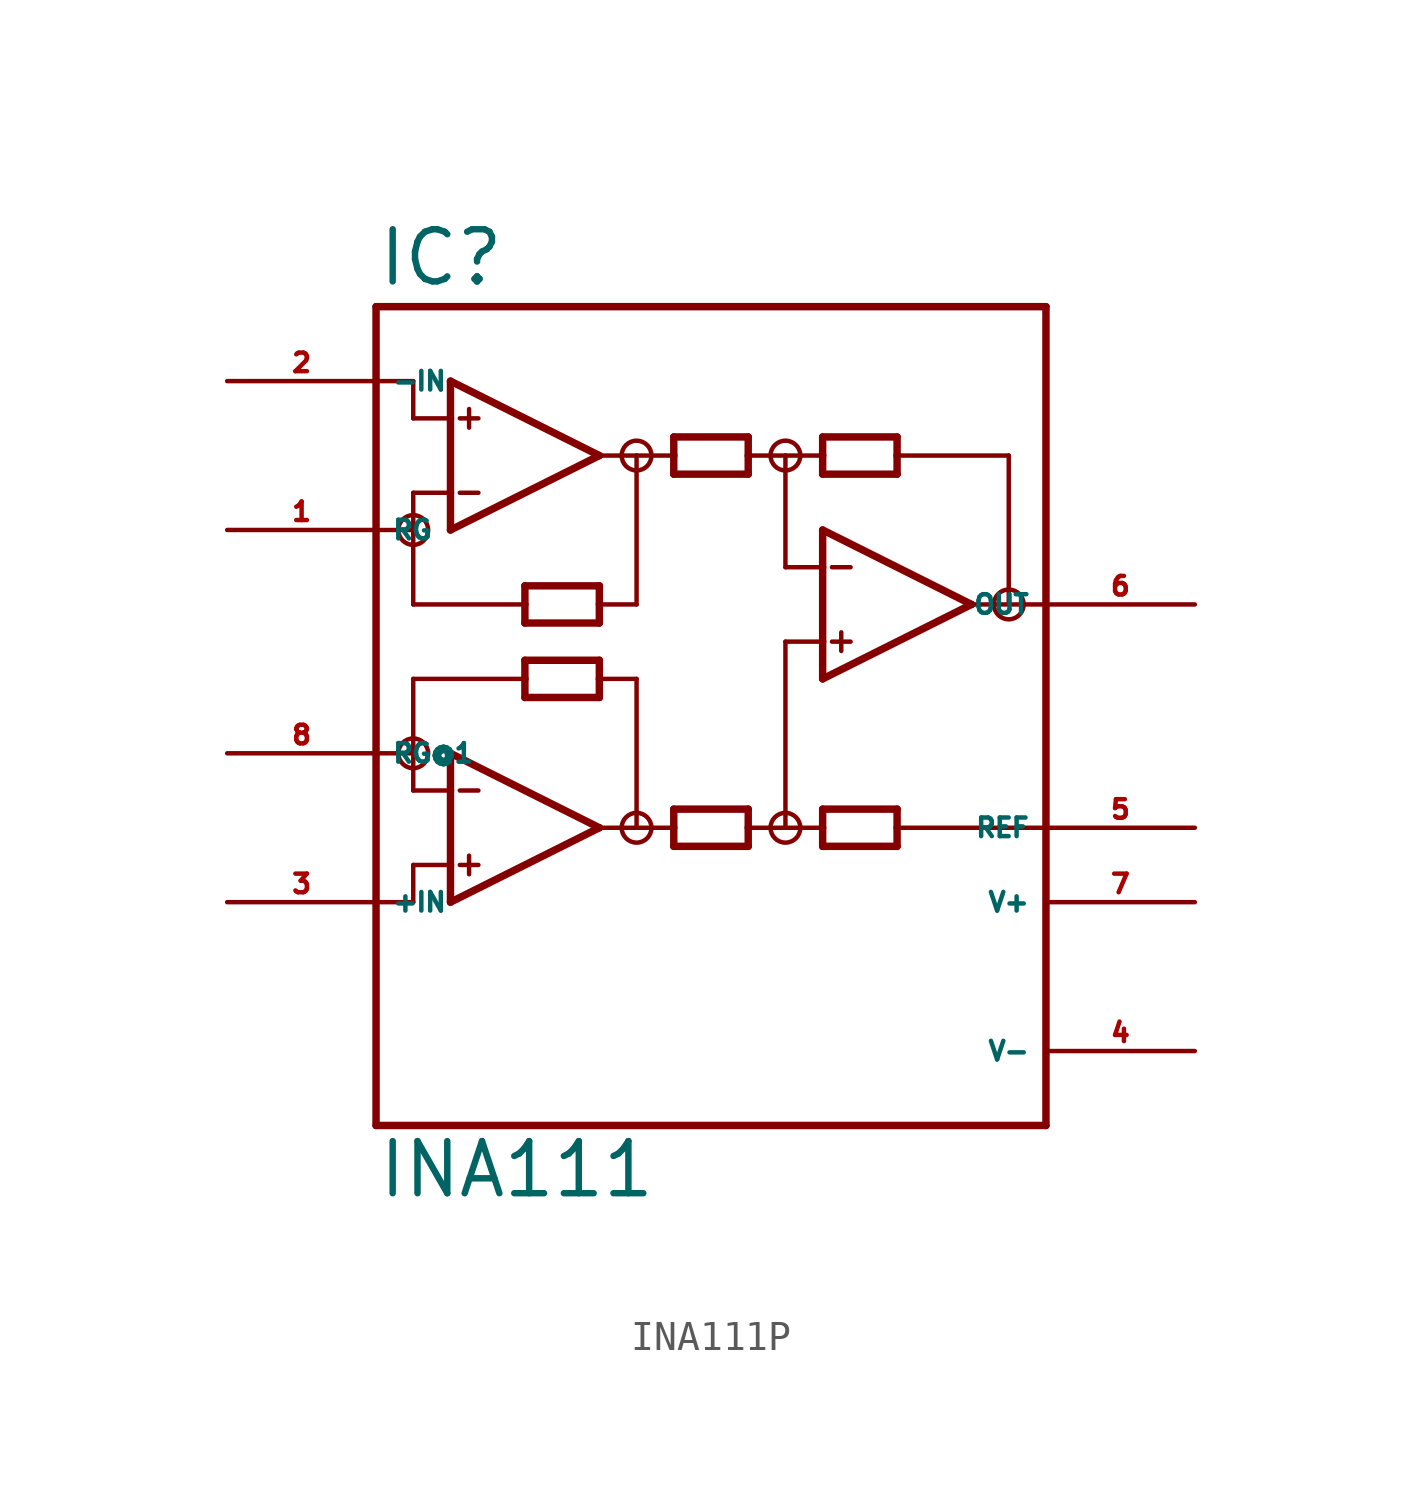
<source format=kicad_sym>
(kicad_symbol_lib
  (version 20220914)
  (generator Eagle2Kicad)
  (symbol "INA111P"
    (property "Reference" "IC"
      (at -12.7 15.875 0)
      (effects (font (size 1.778 1.778) (thickness 0.22)) (justify left bottom)))
    (property "Value" "INA111"
      (at -12.7 -15.24 0)
      (effects (font (size 1.778 1.778) (thickness 0.22)) (justify left bottom)))
    (polyline
      (pts (xy -10.16 7.62) (xy -10.16 8.89))
      (stroke (width 0.254) (type default))
      (fill (type none)))
    (polyline
      (pts (xy -10.16 8.89) (xy -10.16 11.43))
      (stroke (width 0.254) (type default))
      (fill (type none)))
    (polyline
      (pts (xy -10.16 11.43) (xy -10.16 12.7))
      (stroke (width 0.254) (type default))
      (fill (type none)))
    (polyline
      (pts (xy -10.16 12.7) (xy -5.08 10.16))
      (stroke (width 0.254) (type default))
      (fill (type none)))
    (polyline
      (pts (xy -5.08 10.16) (xy -10.16 7.62))
      (stroke (width 0.254) (type default))
      (fill (type none)))
    (polyline
      (pts (xy -5.08 4.445) (xy -5.08 5.08))
      (stroke (width 0.254) (type default))
      (fill (type none)))
    (polyline
      (pts (xy -5.08 5.08) (xy -5.08 5.715))
      (stroke (width 0.254) (type default))
      (fill (type none)))
    (polyline
      (pts (xy -5.08 5.715) (xy -7.62 5.715))
      (stroke (width 0.254) (type default))
      (fill (type none)))
    (polyline
      (pts (xy -7.62 5.715) (xy -7.62 5.08))
      (stroke (width 0.254) (type default))
      (fill (type none)))
    (polyline
      (pts (xy -7.62 5.08) (xy -7.62 4.445))
      (stroke (width 0.254) (type default))
      (fill (type none)))
    (polyline
      (pts (xy -7.62 4.445) (xy -5.08 4.445))
      (stroke (width 0.254) (type default))
      (fill (type none)))
    (polyline
      (pts (xy -2.54 9.525) (xy -2.54 10.16))
      (stroke (width 0.254) (type default))
      (fill (type none)))
    (polyline
      (pts (xy -2.54 10.16) (xy -2.54 10.795))
      (stroke (width 0.254) (type default))
      (fill (type none)))
    (polyline
      (pts (xy -2.54 10.795) (xy 0 10.795))
      (stroke (width 0.254) (type default))
      (fill (type none)))
    (polyline
      (pts (xy 0 10.795) (xy 0 10.16))
      (stroke (width 0.254) (type default))
      (fill (type none)))
    (polyline
      (pts (xy 0 10.16) (xy 0 9.525))
      (stroke (width 0.254) (type default))
      (fill (type none)))
    (polyline
      (pts (xy 0 9.525) (xy -2.54 9.525))
      (stroke (width 0.254) (type default))
      (fill (type none)))
    (polyline
      (pts (xy -10.16 11.43) (xy -11.43 11.43))
      (stroke (width 0.152) (type default))
      (fill (type none)))
    (polyline
      (pts (xy 5.08 10.795) (xy 5.08 10.16))
      (stroke (width 0.254) (type default))
      (fill (type none)))
    (polyline
      (pts (xy 5.08 10.16) (xy 5.08 9.525))
      (stroke (width 0.254) (type default))
      (fill (type none)))
    (polyline
      (pts (xy 5.08 9.525) (xy 2.54 9.525))
      (stroke (width 0.254) (type default))
      (fill (type none)))
    (polyline
      (pts (xy 2.54 9.525) (xy 2.54 10.16))
      (stroke (width 0.254) (type default))
      (fill (type none)))
    (polyline
      (pts (xy 2.54 10.16) (xy 2.54 10.795))
      (stroke (width 0.254) (type default))
      (fill (type none)))
    (polyline
      (pts (xy 2.54 10.795) (xy 5.08 10.795))
      (stroke (width 0.254) (type default))
      (fill (type none)))
    (polyline
      (pts (xy 2.54 -1.905) (xy 2.54 -2.54))
      (stroke (width 0.254) (type default))
      (fill (type none)))
    (polyline
      (pts (xy 2.54 -2.54) (xy 2.54 -3.175))
      (stroke (width 0.254) (type default))
      (fill (type none)))
    (polyline
      (pts (xy 2.54 -3.175) (xy 5.08 -3.175))
      (stroke (width 0.254) (type default))
      (fill (type none)))
    (polyline
      (pts (xy 5.08 -3.175) (xy 5.08 -2.54))
      (stroke (width 0.254) (type default))
      (fill (type none)))
    (polyline
      (pts (xy 5.08 -2.54) (xy 5.08 -1.905))
      (stroke (width 0.254) (type default))
      (fill (type none)))
    (polyline
      (pts (xy 5.08 -1.905) (xy 2.54 -1.905))
      (stroke (width 0.254) (type default))
      (fill (type none)))
    (polyline
      (pts (xy -10.16 8.89) (xy -11.43 8.89))
      (stroke (width 0.152) (type default))
      (fill (type none)))
    (polyline
      (pts (xy -9.842 11.43) (xy -9.207 11.43))
      (stroke (width 0.152) (type default))
      (fill (type none)))
    (polyline
      (pts (xy -9.842 8.89) (xy -9.207 8.89))
      (stroke (width 0.152) (type default))
      (fill (type none)))
    (polyline
      (pts (xy -9.525 11.748) (xy -9.525 11.113))
      (stroke (width 0.152) (type default))
      (fill (type none)))
    (polyline
      (pts (xy -12.7 -12.7) (xy 10.16 -12.7))
      (stroke (width 0.254) (type default))
      (fill (type none)))
    (polyline
      (pts (xy 10.16 -12.7) (xy 10.16 -2.54))
      (stroke (width 0.254) (type default))
      (fill (type none)))
    (polyline
      (pts (xy 10.16 -2.54) (xy 10.16 5.08))
      (stroke (width 0.254) (type default))
      (fill (type none)))
    (polyline
      (pts (xy 10.16 5.08) (xy 10.16 15.24))
      (stroke (width 0.254) (type default))
      (fill (type none)))
    (polyline
      (pts (xy 10.16 15.24) (xy -12.7 15.24))
      (stroke (width 0.254) (type default))
      (fill (type none)))
    (polyline
      (pts (xy -12.7 15.24) (xy -12.7 12.7))
      (stroke (width 0.254) (type default))
      (fill (type none)))
    (polyline
      (pts (xy -12.7 12.7) (xy -12.7 7.62))
      (stroke (width 0.254) (type default))
      (fill (type none)))
    (polyline
      (pts (xy -12.7 7.62) (xy -12.7 0))
      (stroke (width 0.254) (type default))
      (fill (type none)))
    (polyline
      (pts (xy -12.7 0) (xy -12.7 -5.08))
      (stroke (width 0.254) (type default))
      (fill (type none)))
    (polyline
      (pts (xy -12.7 -5.08) (xy -12.7 -12.7))
      (stroke (width 0.254) (type default))
      (fill (type none)))
    (polyline
      (pts (xy -10.16 -5.08) (xy -10.16 -3.81))
      (stroke (width 0.254) (type default))
      (fill (type none)))
    (polyline
      (pts (xy -10.16 -3.81) (xy -10.16 -1.27))
      (stroke (width 0.254) (type default))
      (fill (type none)))
    (polyline
      (pts (xy -10.16 -1.27) (xy -10.16 0))
      (stroke (width 0.254) (type default))
      (fill (type none)))
    (polyline
      (pts (xy -10.16 0) (xy -5.08 -2.54))
      (stroke (width 0.254) (type default))
      (fill (type none)))
    (polyline
      (pts (xy -5.08 -2.54) (xy -10.16 -5.08))
      (stroke (width 0.254) (type default))
      (fill (type none)))
    (polyline
      (pts (xy 0 -3.175) (xy 0 -2.54))
      (stroke (width 0.254) (type default))
      (fill (type none)))
    (polyline
      (pts (xy 0 -2.54) (xy 0 -1.905))
      (stroke (width 0.254) (type default))
      (fill (type none)))
    (polyline
      (pts (xy 0 -1.905) (xy -2.54 -1.905))
      (stroke (width 0.254) (type default))
      (fill (type none)))
    (polyline
      (pts (xy -2.54 -1.905) (xy -2.54 -2.54))
      (stroke (width 0.254) (type default))
      (fill (type none)))
    (polyline
      (pts (xy -2.54 -2.54) (xy -2.54 -3.175))
      (stroke (width 0.254) (type default))
      (fill (type none)))
    (polyline
      (pts (xy -2.54 -3.175) (xy 0 -3.175))
      (stroke (width 0.254) (type default))
      (fill (type none)))
    (polyline
      (pts (xy -7.62 1.905) (xy -7.62 2.54))
      (stroke (width 0.254) (type default))
      (fill (type none)))
    (polyline
      (pts (xy -7.62 2.54) (xy -7.62 3.175))
      (stroke (width 0.254) (type default))
      (fill (type none)))
    (polyline
      (pts (xy -7.62 3.175) (xy -5.08 3.175))
      (stroke (width 0.254) (type default))
      (fill (type none)))
    (polyline
      (pts (xy -5.08 3.175) (xy -5.08 2.54))
      (stroke (width 0.254) (type default))
      (fill (type none)))
    (polyline
      (pts (xy -5.08 2.54) (xy -5.08 1.905))
      (stroke (width 0.254) (type default))
      (fill (type none)))
    (polyline
      (pts (xy -5.08 1.905) (xy -7.62 1.905))
      (stroke (width 0.254) (type default))
      (fill (type none)))
    (polyline
      (pts (xy -10.16 -1.27) (xy -11.43 -1.27))
      (stroke (width 0.152) (type default))
      (fill (type none)))
    (polyline
      (pts (xy -10.16 -3.81) (xy -11.43 -3.81))
      (stroke (width 0.152) (type default))
      (fill (type none)))
    (polyline
      (pts (xy -9.842 -1.27) (xy -9.207 -1.27))
      (stroke (width 0.152) (type default))
      (fill (type none)))
    (polyline
      (pts (xy -9.842 -3.81) (xy -9.207 -3.81))
      (stroke (width 0.152) (type default))
      (fill (type none)))
    (polyline
      (pts (xy -9.525 -3.493) (xy -9.525 -4.128))
      (stroke (width 0.152) (type default))
      (fill (type none)))
    (polyline
      (pts (xy -11.43 11.43) (xy -11.43 12.7))
      (stroke (width 0.152) (type default))
      (fill (type none)))
    (polyline
      (pts (xy -11.43 12.7) (xy -12.7 12.7))
      (stroke (width 0.152) (type default))
      (fill (type none)))
    (polyline
      (pts (xy -11.43 8.89) (xy -11.43 7.62))
      (stroke (width 0.152) (type default))
      (fill (type none)))
    (polyline
      (pts (xy -11.43 7.62) (xy -12.7 7.62))
      (stroke (width 0.152) (type default))
      (fill (type none)))
    (polyline
      (pts (xy 2.54 2.54) (xy 2.54 3.81))
      (stroke (width 0.254) (type default))
      (fill (type none)))
    (polyline
      (pts (xy 2.54 3.81) (xy 2.54 6.35))
      (stroke (width 0.254) (type default))
      (fill (type none)))
    (polyline
      (pts (xy 2.54 6.35) (xy 2.54 7.62))
      (stroke (width 0.254) (type default))
      (fill (type none)))
    (polyline
      (pts (xy 2.54 7.62) (xy 7.62 5.08))
      (stroke (width 0.254) (type default))
      (fill (type none)))
    (polyline
      (pts (xy 7.62 5.08) (xy 2.54 2.54))
      (stroke (width 0.254) (type default))
      (fill (type none)))
    (polyline
      (pts (xy 2.54 3.81) (xy 1.27 3.81))
      (stroke (width 0.152) (type default))
      (fill (type none)))
    (polyline
      (pts (xy 2.857 6.35) (xy 3.493 6.35))
      (stroke (width 0.152) (type default))
      (fill (type none)))
    (polyline
      (pts (xy 2.857 3.81) (xy 3.493 3.81))
      (stroke (width 0.152) (type default))
      (fill (type none)))
    (polyline
      (pts (xy 3.175 4.128) (xy 3.175 3.493))
      (stroke (width 0.152) (type default))
      (fill (type none)))
    (polyline
      (pts (xy -5.08 10.16) (xy -3.81 10.16))
      (stroke (width 0.152) (type default))
      (fill (type none)))
    (polyline
      (pts (xy -3.81 10.16) (xy -2.54 10.16))
      (stroke (width 0.152) (type default))
      (fill (type none)))
    (polyline
      (pts (xy 0 10.16) (xy 1.27 10.16))
      (stroke (width 0.152) (type default))
      (fill (type none)))
    (polyline
      (pts (xy 1.27 10.16) (xy 2.54 10.16))
      (stroke (width 0.152) (type default))
      (fill (type none)))
    (polyline
      (pts (xy 7.62 5.08) (xy 8.89 5.08))
      (stroke (width 0.152) (type default))
      (fill (type none)))
    (polyline
      (pts (xy 8.89 5.08) (xy 8.89 10.16))
      (stroke (width 0.152) (type default))
      (fill (type none)))
    (polyline
      (pts (xy 8.89 10.16) (xy 5.08 10.16))
      (stroke (width 0.152) (type default))
      (fill (type none)))
    (polyline
      (pts (xy 8.89 5.08) (xy 10.16 5.08))
      (stroke (width 0.152) (type default))
      (fill (type none)))
    (polyline
      (pts (xy -11.43 7.62) (xy -11.43 5.08))
      (stroke (width 0.152) (type default))
      (fill (type none)))
    (polyline
      (pts (xy -11.43 5.08) (xy -7.62 5.08))
      (stroke (width 0.152) (type default))
      (fill (type none)))
    (polyline
      (pts (xy -3.81 10.16) (xy -3.81 5.08))
      (stroke (width 0.152) (type default))
      (fill (type none)))
    (polyline
      (pts (xy -3.81 5.08) (xy -5.08 5.08))
      (stroke (width 0.152) (type default))
      (fill (type none)))
    (polyline
      (pts (xy 1.27 10.16) (xy 1.27 6.35))
      (stroke (width 0.152) (type default))
      (fill (type none)))
    (polyline
      (pts (xy 1.27 6.35) (xy 2.54 6.35))
      (stroke (width 0.152) (type default))
      (fill (type none)))
    (polyline
      (pts (xy -7.62 2.54) (xy -11.43 2.54))
      (stroke (width 0.152) (type default))
      (fill (type none)))
    (polyline
      (pts (xy -11.43 2.54) (xy -11.43 0))
      (stroke (width 0.152) (type default))
      (fill (type none)))
    (polyline
      (pts (xy -11.43 0) (xy -11.43 -1.27))
      (stroke (width 0.152) (type default))
      (fill (type none)))
    (polyline
      (pts (xy -5.08 2.54) (xy -3.81 2.54))
      (stroke (width 0.152) (type default))
      (fill (type none)))
    (polyline
      (pts (xy -3.81 2.54) (xy -3.81 -2.54))
      (stroke (width 0.152) (type default))
      (fill (type none)))
    (polyline
      (pts (xy -3.81 -2.54) (xy -5.08 -2.54))
      (stroke (width 0.152) (type default))
      (fill (type none)))
    (polyline
      (pts (xy -3.81 -2.54) (xy -2.54 -2.54))
      (stroke (width 0.152) (type default))
      (fill (type none)))
    (polyline
      (pts (xy 0 -2.54) (xy 1.27 -2.54))
      (stroke (width 0.152) (type default))
      (fill (type none)))
    (polyline
      (pts (xy 1.27 -2.54) (xy 2.54 -2.54))
      (stroke (width 0.152) (type default))
      (fill (type none)))
    (polyline
      (pts (xy -11.43 -3.81) (xy -11.43 -5.08))
      (stroke (width 0.152) (type default))
      (fill (type none)))
    (polyline
      (pts (xy -11.43 -5.08) (xy -12.7 -5.08))
      (stroke (width 0.152) (type default))
      (fill (type none)))
    (polyline
      (pts (xy -12.7 0) (xy -11.43 0))
      (stroke (width 0.152) (type default))
      (fill (type none)))
    (polyline
      (pts (xy 1.27 3.81) (xy 1.27 -2.54))
      (stroke (width 0.152) (type default))
      (fill (type none)))
    (polyline
      (pts (xy 5.08 -2.54) (xy 10.16 -2.54))
      (stroke (width 0.152) (type default))
      (fill (type none)))
    (circle
      (center -11.43 7.62)
      (radius 0.508)
      (stroke (width 0) (type default))
      (fill (type none)))
    (circle
      (center -11.43 0)
      (radius 0.508)
      (stroke (width 0) (type default))
      (fill (type none)))
    (circle
      (center -3.81 -2.54)
      (radius 0.508)
      (stroke (width 0) (type default))
      (fill (type none)))
    (circle
      (center 1.27 -2.54)
      (radius 0.508)
      (stroke (width 0) (type default))
      (fill (type none)))
    (circle
      (center -3.81 10.16)
      (radius 0.508)
      (stroke (width 0) (type default))
      (fill (type none)))
    (circle
      (center 1.27 10.16)
      (radius 0.508)
      (stroke (width 0) (type default))
      (fill (type none)))
    (circle
      (center 8.89 5.08)
      (radius 0.508)
      (stroke (width 0) (type default))
      (fill (type none)))
    (pin input line
      (at -17.78 12.7 0)
      (length 5.08)
      (name "-IN" (effects (font (size 0.635 0.635) (thickness 0.08)) (justify left bottom)))
      (number "2" (effects (font (size 0.635 0.635) (thickness 0.08)) (justify left bottom))))
    (pin passive line
      (at -17.78 7.62 0)
      (length 5.08)
      (name "RG" (effects (font (size 0.635 0.635) (thickness 0.08)) (justify left bottom)))
      (number "1" (effects (font (size 0.635 0.635) (thickness 0.08)) (justify left bottom))))
    (pin output line
      (at 15.24 5.08 180)
      (length 5.08)
      (name "OUT" (effects (font (size 0.635 0.635) (thickness 0.08)) (justify left bottom)))
      (number "6" (effects (font (size 0.635 0.635) (thickness 0.08)) (justify left bottom))))
    (pin unspecified line
      (at 15.24 -5.08 180)
      (length 5.08)
      (name "V+" (effects (font (size 0.635 0.635) (thickness 0.08)) (justify left bottom)))
      (number "7" (effects (font (size 0.635 0.635) (thickness 0.08)) (justify left bottom))))
    (pin unspecified line
      (at 15.24 -10.16 180)
      (length 5.08)
      (name "V-" (effects (font (size 0.635 0.635) (thickness 0.08)) (justify left bottom)))
      (number "4" (effects (font (size 0.635 0.635) (thickness 0.08)) (justify left bottom))))
    (pin passive line
      (at -17.78 0 0)
      (length 5.08)
      (name "RG@1" (effects (font (size 0.635 0.635) (thickness 0.08)) (justify left bottom)))
      (number "8" (effects (font (size 0.635 0.635) (thickness 0.08)) (justify left bottom))))
    (pin input line
      (at -17.78 -5.08 0)
      (length 5.08)
      (name "+IN" (effects (font (size 0.635 0.635) (thickness 0.08)) (justify left bottom)))
      (number "3" (effects (font (size 0.635 0.635) (thickness 0.08)) (justify left bottom))))
    (pin passive line
      (at 15.24 -2.54 180)
      (length 5.08)
      (name "REF" (effects (font (size 0.635 0.635) (thickness 0.08)) (justify left bottom)))
      (number "5" (effects (font (size 0.635 0.635) (thickness 0.08)) (justify left bottom))))))
</source>
